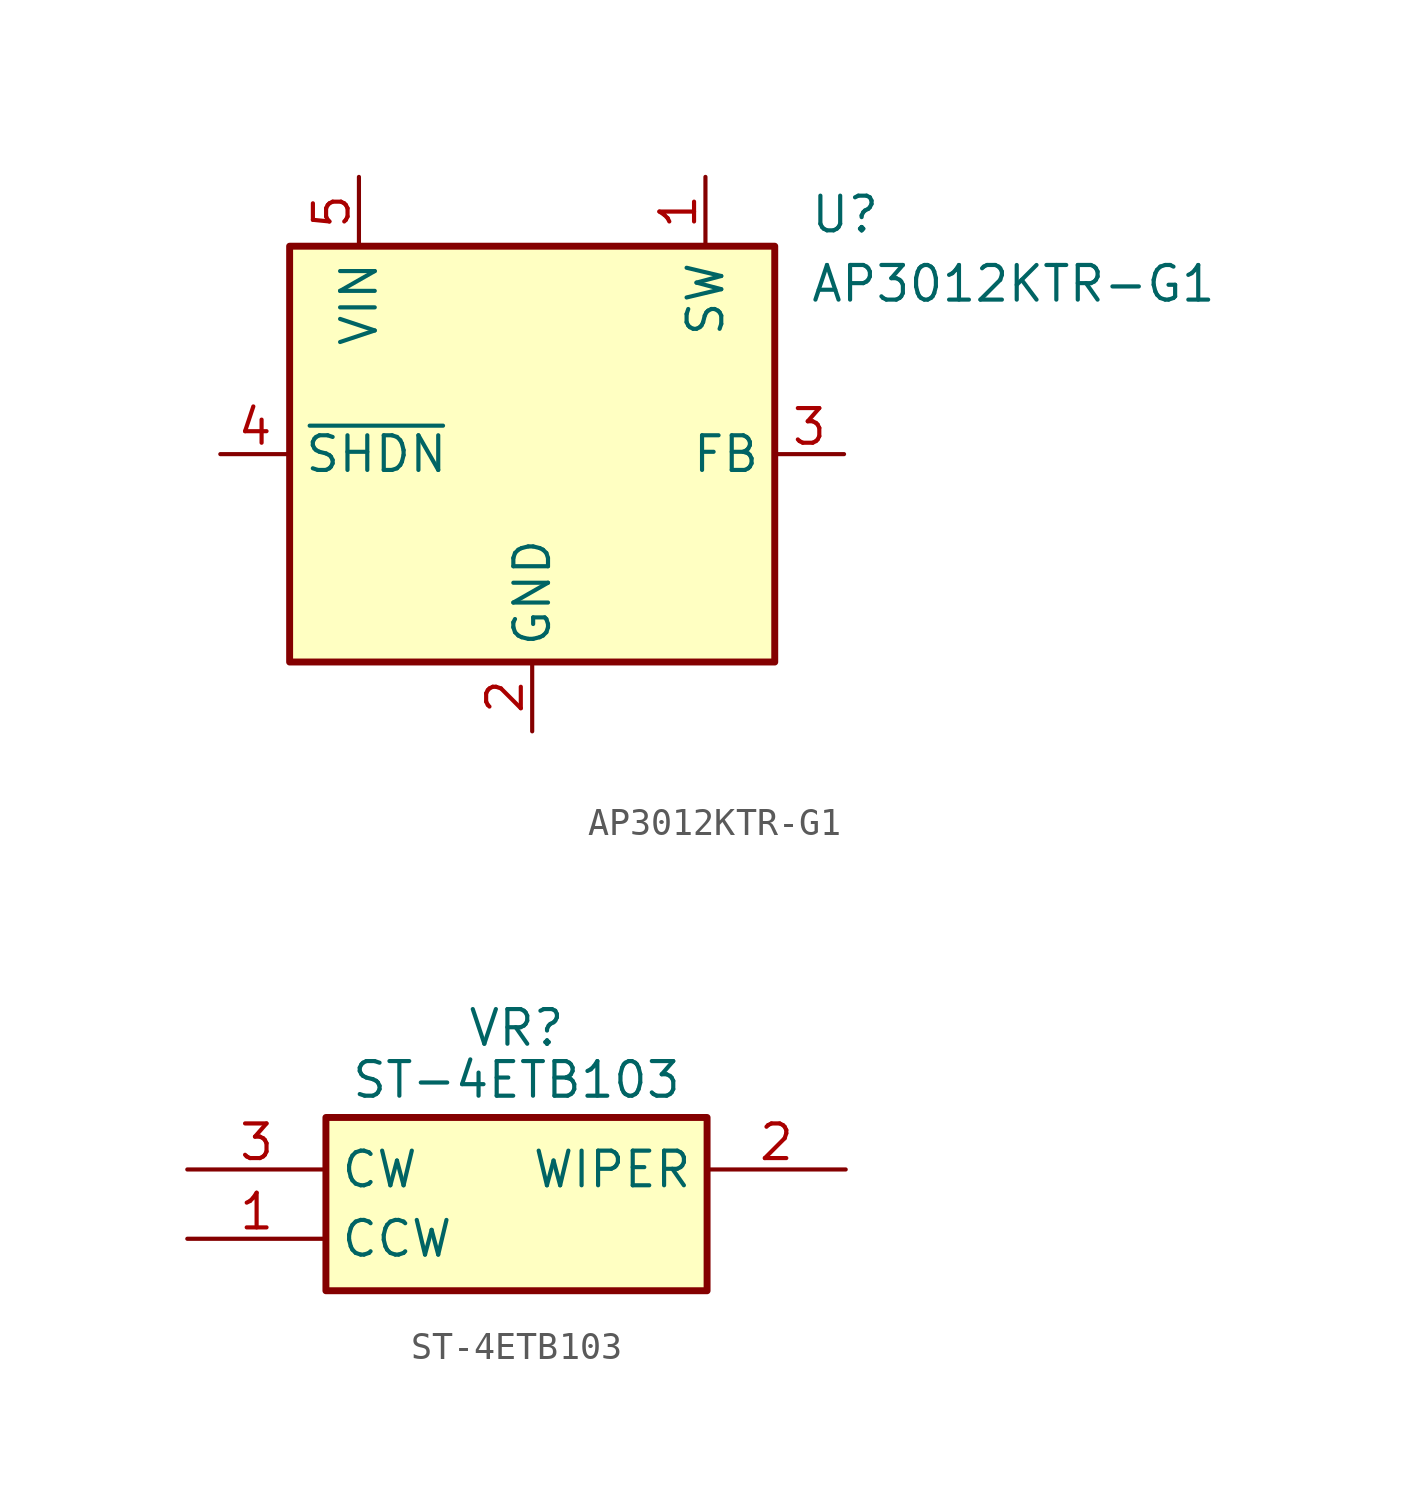
<source format=kicad_sym>
(kicad_symbol_lib
  (version 20220914)
  (generator kicad_symbol_editor)
  (symbol "AP3012KTR-G1"
    (property "Reference" "U"
      (at 24.13 7.62 0)
      (effects (font (size 1.27 1.27)) (justify left top)))
    (property "Value" "AP3012KTR-G1"
      (at 24.13 5.08 0)
      (effects (font (size 1.27 1.27)) (justify left top)))
    (symbol "AP3012KTR-G1_1_1"
      (rectangle (start 5.08 5.715) (end 22.86 -9.525) (stroke (width 0.254) (type default)) (fill (type background)))
      (pin passive line (at 20.32 8.255 270) (length 2.54) (name "SW" (effects (font (size 1.27 1.27)))) (number "1" (effects (font (size 1.27 1.27)))))
      (pin power_in line (at 13.97 -12.065 90) (length 2.54) (name "GND" (effects (font (size 1.27 1.27)))) (number "2" (effects (font (size 1.27 1.27)))))
      (pin passive line (at 25.4 -1.905 180) (length 2.54) (name "FB" (effects (font (size 1.27 1.27)))) (number "3" (effects (font (size 1.27 1.27)))))
      (pin passive line (at 2.54 -1.905 0) (length 2.54) (name "~{SHDN}" (effects (font (size 1.27 1.27)))) (number "4" (effects (font (size 1.27 1.27)))))
      (pin power_in line (at 7.62 8.255 270) (length 2.54) (name "VIN" (effects (font (size 1.27 1.27)))) (number "5" (effects (font (size 1.27 1.27)))))))
  (symbol "ST-4ETB103"
    (property "Reference" "VR"
      (at 12.065 4.445 0)
      (effects (font (size 1.27 1.27)) (justify bottom)))
    (property "Value" "ST-4ETB103"
      (at 12.065 2.54 0)
      (effects (font (size 1.27 1.27)) (justify bottom)))
    (symbol "ST-4ETB103_1_1"
      (rectangle (start 5.08 1.905) (end 19.05 -4.445) (stroke (width 0.254) (type default)) (fill (type background)))
      (pin passive line (at 0 -2.54 0) (length 5.08) (name "CCW" (effects (font (size 1.27 1.27)))) (number "1" (effects (font (size 1.27 1.27)))))
      (pin passive line (at 24.13 0 180) (length 5.08) (name "WIPER" (effects (font (size 1.27 1.27)))) (number "2" (effects (font (size 1.27 1.27)))))
      (pin passive line (at 0 0 0) (length 5.08) (name "CW" (effects (font (size 1.27 1.27)))) (number "3" (effects (font (size 1.27 1.27))))))))
</source>
